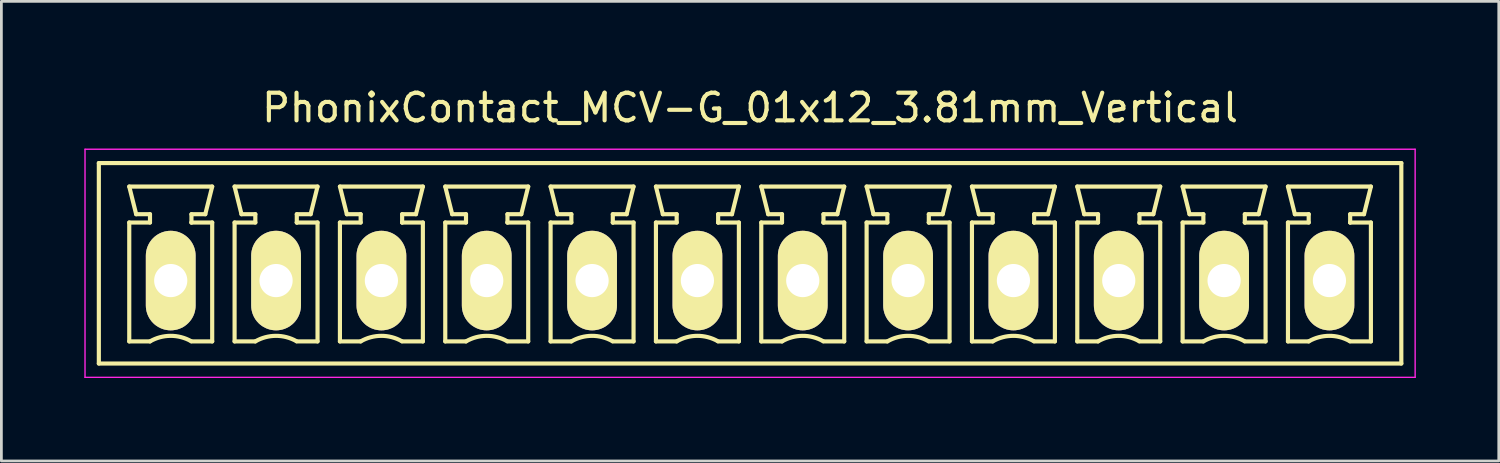
<source format=kicad_pcb>
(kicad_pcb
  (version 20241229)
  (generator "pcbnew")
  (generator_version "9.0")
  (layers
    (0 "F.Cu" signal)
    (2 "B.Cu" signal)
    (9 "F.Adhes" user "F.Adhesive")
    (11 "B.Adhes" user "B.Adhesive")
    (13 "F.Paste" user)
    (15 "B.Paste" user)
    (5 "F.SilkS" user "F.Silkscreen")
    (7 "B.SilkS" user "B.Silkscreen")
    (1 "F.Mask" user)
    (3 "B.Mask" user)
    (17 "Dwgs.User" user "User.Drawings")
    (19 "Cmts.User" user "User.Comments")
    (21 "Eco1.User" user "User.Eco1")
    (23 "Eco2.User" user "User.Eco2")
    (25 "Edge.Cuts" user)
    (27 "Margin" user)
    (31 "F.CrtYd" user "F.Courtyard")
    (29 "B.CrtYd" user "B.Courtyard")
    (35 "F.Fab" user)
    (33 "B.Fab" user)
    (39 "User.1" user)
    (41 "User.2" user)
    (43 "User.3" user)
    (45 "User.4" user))
  (footprint "PhonixContact_MCV-G_01x12_3.81mm_Vertical"
    (layer "F.Cu")
    (at 3.125 7.098)
    (property "Reference" "PhonixContact_MCV-G_01x12_3.81mm_Vertical" (at 20.955 -6.25 0) (layer "F.SilkS") (effects (font (size 1 1) (thickness 0.15))))
    (attr through_hole)
    (fp_line (start -2.6 -4.25) (end -2.6 3) (stroke (width 0.15) (type solid)) (layer "F.SilkS"))
    (fp_line (start -2.6 3) (end 44.51 3) (stroke (width 0.15) (type solid)) (layer "F.SilkS"))
    (fp_line (start -1.5 -3.4) (end 1.5 -3.4) (stroke (width 0.15) (type solid)) (layer "F.SilkS"))
    (fp_line (start -1.5 -2.1) (end -0.75 -2.1) (stroke (width 0.15) (type solid)) (layer "F.SilkS"))
    (fp_line (start -1.5 2.2) (end -1.5 -2.1) (stroke (width 0.15) (type solid)) (layer "F.SilkS"))
    (fp_line (start -1.25 -2.4) (end -1.5 -3.4) (stroke (width 0.15) (type solid)) (layer "F.SilkS"))
    (fp_line (start -0.75 -2.4) (end -1.25 -2.4) (stroke (width 0.15) (type solid)) (layer "F.SilkS"))
    (fp_line (start -0.75 -2.1) (end -0.75 -2.4) (stroke (width 0.15) (type solid)) (layer "F.SilkS"))
    (fp_line (start -0.75 2.2) (end -1.5 2.2) (stroke (width 0.15) (type solid)) (layer "F.SilkS"))
    (fp_line (start 0.75 -2.4) (end 0.75 -2.1) (stroke (width 0.15) (type solid)) (layer "F.SilkS"))
    (fp_line (start 0.75 -2.1) (end 0.75 -2.1) (stroke (width 0.15) (type solid)) (layer "F.SilkS"))
    (fp_line (start 0.75 -2.1) (end 1.5 -2.1) (stroke (width 0.15) (type solid)) (layer "F.SilkS"))
    (fp_line (start 1.25 -2.4) (end 0.75 -2.4) (stroke (width 0.15) (type solid)) (layer "F.SilkS"))
    (fp_line (start 1.5 -3.4) (end 1.25 -2.4) (stroke (width 0.15) (type solid)) (layer "F.SilkS"))
    (fp_line (start 1.5 -2.1) (end 1.5 2.2) (stroke (width 0.15) (type solid)) (layer "F.SilkS"))
    (fp_line (start 1.5 2.2) (end 0.75 2.2) (stroke (width 0.15) (type solid)) (layer "F.SilkS"))
    (fp_line (start 2.31 -3.4) (end 5.31 -3.4) (stroke (width 0.15) (type solid)) (layer "F.SilkS"))
    (fp_line (start 2.31 -2.1) (end 3.06 -2.1) (stroke (width 0.15) (type solid)) (layer "F.SilkS"))
    (fp_line (start 2.31 2.2) (end 2.31 -2.1) (stroke (width 0.15) (type solid)) (layer "F.SilkS"))
    (fp_line (start 2.56 -2.4) (end 2.31 -3.4) (stroke (width 0.15) (type solid)) (layer "F.SilkS"))
    (fp_line (start 3.06 -2.4) (end 2.56 -2.4) (stroke (width 0.15) (type solid)) (layer "F.SilkS"))
    (fp_line (start 3.06 -2.1) (end 3.06 -2.4) (stroke (width 0.15) (type solid)) (layer "F.SilkS"))
    (fp_line (start 3.06 2.2) (end 2.31 2.2) (stroke (width 0.15) (type solid)) (layer "F.SilkS"))
    (fp_line (start 4.56 -2.4) (end 4.56 -2.1) (stroke (width 0.15) (type solid)) (layer "F.SilkS"))
    (fp_line (start 4.56 -2.1) (end 4.56 -2.1) (stroke (width 0.15) (type solid)) (layer "F.SilkS"))
    (fp_line (start 4.56 -2.1) (end 5.31 -2.1) (stroke (width 0.15) (type solid)) (layer "F.SilkS"))
    (fp_line (start 5.06 -2.4) (end 4.56 -2.4) (stroke (width 0.15) (type solid)) (layer "F.SilkS"))
    (fp_line (start 5.31 -3.4) (end 5.06 -2.4) (stroke (width 0.15) (type solid)) (layer "F.SilkS"))
    (fp_line (start 5.31 -2.1) (end 5.31 2.2) (stroke (width 0.15) (type solid)) (layer "F.SilkS"))
    (fp_line (start 5.31 2.2) (end 4.56 2.2) (stroke (width 0.15) (type solid)) (layer "F.SilkS"))
    (fp_line (start 6.12 -3.4) (end 9.12 -3.4) (stroke (width 0.15) (type solid)) (layer "F.SilkS"))
    (fp_line (start 6.12 -2.1) (end 6.87 -2.1) (stroke (width 0.15) (type solid)) (layer "F.SilkS"))
    (fp_line (start 6.12 2.2) (end 6.12 -2.1) (stroke (width 0.15) (type solid)) (layer "F.SilkS"))
    (fp_line (start 6.37 -2.4) (end 6.12 -3.4) (stroke (width 0.15) (type solid)) (layer "F.SilkS"))
    (fp_line (start 6.87 -2.4) (end 6.37 -2.4) (stroke (width 0.15) (type solid)) (layer "F.SilkS"))
    (fp_line (start 6.87 -2.1) (end 6.87 -2.4) (stroke (width 0.15) (type solid)) (layer "F.SilkS"))
    (fp_line (start 6.87 2.2) (end 6.12 2.2) (stroke (width 0.15) (type solid)) (layer "F.SilkS"))
    (fp_line (start 8.37 -2.4) (end 8.37 -2.1) (stroke (width 0.15) (type solid)) (layer "F.SilkS"))
    (fp_line (start 8.37 -2.1) (end 8.37 -2.1) (stroke (width 0.15) (type solid)) (layer "F.SilkS"))
    (fp_line (start 8.37 -2.1) (end 9.12 -2.1) (stroke (width 0.15) (type solid)) (layer "F.SilkS"))
    (fp_line (start 8.87 -2.4) (end 8.37 -2.4) (stroke (width 0.15) (type solid)) (layer "F.SilkS"))
    (fp_line (start 9.12 -3.4) (end 8.87 -2.4) (stroke (width 0.15) (type solid)) (layer "F.SilkS"))
    (fp_line (start 9.12 -2.1) (end 9.12 2.2) (stroke (width 0.15) (type solid)) (layer "F.SilkS"))
    (fp_line (start 9.12 2.2) (end 8.37 2.2) (stroke (width 0.15) (type solid)) (layer "F.SilkS"))
    (fp_line (start 9.93 -3.4) (end 12.93 -3.4) (stroke (width 0.15) (type solid)) (layer "F.SilkS"))
    (fp_line (start 9.93 -2.1) (end 10.68 -2.1) (stroke (width 0.15) (type solid)) (layer "F.SilkS"))
    (fp_line (start 9.93 2.2) (end 9.93 -2.1) (stroke (width 0.15) (type solid)) (layer "F.SilkS"))
    (fp_line (start 10.18 -2.4) (end 9.93 -3.4) (stroke (width 0.15) (type solid)) (layer "F.SilkS"))
    (fp_line (start 10.68 -2.4) (end 10.18 -2.4) (stroke (width 0.15) (type solid)) (layer "F.SilkS"))
    (fp_line (start 10.68 -2.1) (end 10.68 -2.4) (stroke (width 0.15) (type solid)) (layer "F.SilkS"))
    (fp_line (start 10.68 2.2) (end 9.93 2.2) (stroke (width 0.15) (type solid)) (layer "F.SilkS"))
    (fp_line (start 12.18 -2.4) (end 12.18 -2.1) (stroke (width 0.15) (type solid)) (layer "F.SilkS"))
    (fp_line (start 12.18 -2.1) (end 12.18 -2.1) (stroke (width 0.15) (type solid)) (layer "F.SilkS"))
    (fp_line (start 12.18 -2.1) (end 12.93 -2.1) (stroke (width 0.15) (type solid)) (layer "F.SilkS"))
    (fp_line (start 12.68 -2.4) (end 12.18 -2.4) (stroke (width 0.15) (type solid)) (layer "F.SilkS"))
    (fp_line (start 12.93 -3.4) (end 12.68 -2.4) (stroke (width 0.15) (type solid)) (layer "F.SilkS"))
    (fp_line (start 12.93 -2.1) (end 12.93 2.2) (stroke (width 0.15) (type solid)) (layer "F.SilkS"))
    (fp_line (start 12.93 2.2) (end 12.18 2.2) (stroke (width 0.15) (type solid)) (layer "F.SilkS"))
    (fp_line (start 13.74 -3.4) (end 16.74 -3.4) (stroke (width 0.15) (type solid)) (layer "F.SilkS"))
    (fp_line (start 13.74 -2.1) (end 14.49 -2.1) (stroke (width 0.15) (type solid)) (layer "F.SilkS"))
    (fp_line (start 13.74 2.2) (end 13.74 -2.1) (stroke (width 0.15) (type solid)) (layer "F.SilkS"))
    (fp_line (start 13.99 -2.4) (end 13.74 -3.4) (stroke (width 0.15) (type solid)) (layer "F.SilkS"))
    (fp_line (start 14.49 -2.4) (end 13.99 -2.4) (stroke (width 0.15) (type solid)) (layer "F.SilkS"))
    (fp_line (start 14.49 -2.1) (end 14.49 -2.4) (stroke (width 0.15) (type solid)) (layer "F.SilkS"))
    (fp_line (start 14.49 2.2) (end 13.74 2.2) (stroke (width 0.15) (type solid)) (layer "F.SilkS"))
    (fp_line (start 15.99 -2.4) (end 15.99 -2.1) (stroke (width 0.15) (type solid)) (layer "F.SilkS"))
    (fp_line (start 15.99 -2.1) (end 15.99 -2.1) (stroke (width 0.15) (type solid)) (layer "F.SilkS"))
    (fp_line (start 15.99 -2.1) (end 16.74 -2.1) (stroke (width 0.15) (type solid)) (layer "F.SilkS"))
    (fp_line (start 16.49 -2.4) (end 15.99 -2.4) (stroke (width 0.15) (type solid)) (layer "F.SilkS"))
    (fp_line (start 16.74 -3.4) (end 16.49 -2.4) (stroke (width 0.15) (type solid)) (layer "F.SilkS"))
    (fp_line (start 16.74 -2.1) (end 16.74 2.2) (stroke (width 0.15) (type solid)) (layer "F.SilkS"))
    (fp_line (start 16.74 2.2) (end 15.99 2.2) (stroke (width 0.15) (type solid)) (layer "F.SilkS"))
    (fp_line (start 17.55 -3.4) (end 20.55 -3.4) (stroke (width 0.15) (type solid)) (layer "F.SilkS"))
    (fp_line (start 17.55 -2.1) (end 18.3 -2.1) (stroke (width 0.15) (type solid)) (layer "F.SilkS"))
    (fp_line (start 17.55 2.2) (end 17.55 -2.1) (stroke (width 0.15) (type solid)) (layer "F.SilkS"))
    (fp_line (start 17.8 -2.4) (end 17.55 -3.4) (stroke (width 0.15) (type solid)) (layer "F.SilkS"))
    (fp_line (start 18.3 -2.4) (end 17.8 -2.4) (stroke (width 0.15) (type solid)) (layer "F.SilkS"))
    (fp_line (start 18.3 -2.1) (end 18.3 -2.4) (stroke (width 0.15) (type solid)) (layer "F.SilkS"))
    (fp_line (start 18.3 2.2) (end 17.55 2.2) (stroke (width 0.15) (type solid)) (layer "F.SilkS"))
    (fp_line (start 19.8 -2.4) (end 19.8 -2.1) (stroke (width 0.15) (type solid)) (layer "F.SilkS"))
    (fp_line (start 19.8 -2.1) (end 19.8 -2.1) (stroke (width 0.15) (type solid)) (layer "F.SilkS"))
    (fp_line (start 19.8 -2.1) (end 20.55 -2.1) (stroke (width 0.15) (type solid)) (layer "F.SilkS"))
    (fp_line (start 20.3 -2.4) (end 19.8 -2.4) (stroke (width 0.15) (type solid)) (layer "F.SilkS"))
    (fp_line (start 20.55 -3.4) (end 20.3 -2.4) (stroke (width 0.15) (type solid)) (layer "F.SilkS"))
    (fp_line (start 20.55 -2.1) (end 20.55 2.2) (stroke (width 0.15) (type solid)) (layer "F.SilkS"))
    (fp_line (start 20.55 2.2) (end 19.8 2.2) (stroke (width 0.15) (type solid)) (layer "F.SilkS"))
    (fp_line (start 21.36 -3.4) (end 24.36 -3.4) (stroke (width 0.15) (type solid)) (layer "F.SilkS"))
    (fp_line (start 21.36 -2.1) (end 22.11 -2.1) (stroke (width 0.15) (type solid)) (layer "F.SilkS"))
    (fp_line (start 21.36 2.2) (end 21.36 -2.1) (stroke (width 0.15) (type solid)) (layer "F.SilkS"))
    (fp_line (start 21.61 -2.4) (end 21.36 -3.4) (stroke (width 0.15) (type solid)) (layer "F.SilkS"))
    (fp_line (start 22.11 -2.4) (end 21.61 -2.4) (stroke (width 0.15) (type solid)) (layer "F.SilkS"))
    (fp_line (start 22.11 -2.1) (end 22.11 -2.4) (stroke (width 0.15) (type solid)) (layer "F.SilkS"))
    (fp_line (start 22.11 2.2) (end 21.36 2.2) (stroke (width 0.15) (type solid)) (layer "F.SilkS"))
    (fp_line (start 23.61 -2.4) (end 23.61 -2.1) (stroke (width 0.15) (type solid)) (layer "F.SilkS"))
    (fp_line (start 23.61 -2.1) (end 23.61 -2.1) (stroke (width 0.15) (type solid)) (layer "F.SilkS"))
    (fp_line (start 23.61 -2.1) (end 24.36 -2.1) (stroke (width 0.15) (type solid)) (layer "F.SilkS"))
    (fp_line (start 24.11 -2.4) (end 23.61 -2.4) (stroke (width 0.15) (type solid)) (layer "F.SilkS"))
    (fp_line (start 24.36 -3.4) (end 24.11 -2.4) (stroke (width 0.15) (type solid)) (layer "F.SilkS"))
    (fp_line (start 24.36 -2.1) (end 24.36 2.2) (stroke (width 0.15) (type solid)) (layer "F.SilkS"))
    (fp_line (start 24.36 2.2) (end 23.61 2.2) (stroke (width 0.15) (type solid)) (layer "F.SilkS"))
    (fp_line (start 25.17 -3.4) (end 28.17 -3.4) (stroke (width 0.15) (type solid)) (layer "F.SilkS"))
    (fp_line (start 25.17 -2.1) (end 25.92 -2.1) (stroke (width 0.15) (type solid)) (layer "F.SilkS"))
    (fp_line (start 25.17 2.2) (end 25.17 -2.1) (stroke (width 0.15) (type solid)) (layer "F.SilkS"))
    (fp_line (start 25.42 -2.4) (end 25.17 -3.4) (stroke (width 0.15) (type solid)) (layer "F.SilkS"))
    (fp_line (start 25.92 -2.4) (end 25.42 -2.4) (stroke (width 0.15) (type solid)) (layer "F.SilkS"))
    (fp_line (start 25.92 -2.1) (end 25.92 -2.4) (stroke (width 0.15) (type solid)) (layer "F.SilkS"))
    (fp_line (start 25.92 2.2) (end 25.17 2.2) (stroke (width 0.15) (type solid)) (layer "F.SilkS"))
    (fp_line (start 27.42 -2.4) (end 27.42 -2.1) (stroke (width 0.15) (type solid)) (layer "F.SilkS"))
    (fp_line (start 27.42 -2.1) (end 27.42 -2.1) (stroke (width 0.15) (type solid)) (layer "F.SilkS"))
    (fp_line (start 27.42 -2.1) (end 28.17 -2.1) (stroke (width 0.15) (type solid)) (layer "F.SilkS"))
    (fp_line (start 27.92 -2.4) (end 27.42 -2.4) (stroke (width 0.15) (type solid)) (layer "F.SilkS"))
    (fp_line (start 28.17 -3.4) (end 27.92 -2.4) (stroke (width 0.15) (type solid)) (layer "F.SilkS"))
    (fp_line (start 28.17 -2.1) (end 28.17 2.2) (stroke (width 0.15) (type solid)) (layer "F.SilkS"))
    (fp_line (start 28.17 2.2) (end 27.42 2.2) (stroke (width 0.15) (type solid)) (layer "F.SilkS"))
    (fp_line (start 28.98 -3.4) (end 31.98 -3.4) (stroke (width 0.15) (type solid)) (layer "F.SilkS"))
    (fp_line (start 28.98 -2.1) (end 29.73 -2.1) (stroke (width 0.15) (type solid)) (layer "F.SilkS"))
    (fp_line (start 28.98 2.2) (end 28.98 -2.1) (stroke (width 0.15) (type solid)) (layer "F.SilkS"))
    (fp_line (start 29.23 -2.4) (end 28.98 -3.4) (stroke (width 0.15) (type solid)) (layer "F.SilkS"))
    (fp_line (start 29.73 -2.4) (end 29.23 -2.4) (stroke (width 0.15) (type solid)) (layer "F.SilkS"))
    (fp_line (start 29.73 -2.1) (end 29.73 -2.4) (stroke (width 0.15) (type solid)) (layer "F.SilkS"))
    (fp_line (start 29.73 2.2) (end 28.98 2.2) (stroke (width 0.15) (type solid)) (layer "F.SilkS"))
    (fp_line (start 31.23 -2.4) (end 31.23 -2.1) (stroke (width 0.15) (type solid)) (layer "F.SilkS"))
    (fp_line (start 31.23 -2.1) (end 31.23 -2.1) (stroke (width 0.15) (type solid)) (layer "F.SilkS"))
    (fp_line (start 31.23 -2.1) (end 31.98 -2.1) (stroke (width 0.15) (type solid)) (layer "F.SilkS"))
    (fp_line (start 31.73 -2.4) (end 31.23 -2.4) (stroke (width 0.15) (type solid)) (layer "F.SilkS"))
    (fp_line (start 31.98 -3.4) (end 31.73 -2.4) (stroke (width 0.15) (type solid)) (layer "F.SilkS"))
    (fp_line (start 31.98 -2.1) (end 31.98 2.2) (stroke (width 0.15) (type solid)) (layer "F.SilkS"))
    (fp_line (start 31.98 2.2) (end 31.23 2.2) (stroke (width 0.15) (type solid)) (layer "F.SilkS"))
    (fp_line (start 32.79 -3.4) (end 35.79 -3.4) (stroke (width 0.15) (type solid)) (layer "F.SilkS"))
    (fp_line (start 32.79 -2.1) (end 33.54 -2.1) (stroke (width 0.15) (type solid)) (layer "F.SilkS"))
    (fp_line (start 32.79 2.2) (end 32.79 -2.1) (stroke (width 0.15) (type solid)) (layer "F.SilkS"))
    (fp_line (start 33.04 -2.4) (end 32.79 -3.4) (stroke (width 0.15) (type solid)) (layer "F.SilkS"))
    (fp_line (start 33.54 -2.4) (end 33.04 -2.4) (stroke (width 0.15) (type solid)) (layer "F.SilkS"))
    (fp_line (start 33.54 -2.1) (end 33.54 -2.4) (stroke (width 0.15) (type solid)) (layer "F.SilkS"))
    (fp_line (start 33.54 2.2) (end 32.79 2.2) (stroke (width 0.15) (type solid)) (layer "F.SilkS"))
    (fp_line (start 35.04 -2.4) (end 35.04 -2.1) (stroke (width 0.15) (type solid)) (layer "F.SilkS"))
    (fp_line (start 35.04 -2.1) (end 35.04 -2.1) (stroke (width 0.15) (type solid)) (layer "F.SilkS"))
    (fp_line (start 35.04 -2.1) (end 35.79 -2.1) (stroke (width 0.15) (type solid)) (layer "F.SilkS"))
    (fp_line (start 35.54 -2.4) (end 35.04 -2.4) (stroke (width 0.15) (type solid)) (layer "F.SilkS"))
    (fp_line (start 35.79 -3.4) (end 35.54 -2.4) (stroke (width 0.15) (type solid)) (layer "F.SilkS"))
    (fp_line (start 35.79 -2.1) (end 35.79 2.2) (stroke (width 0.15) (type solid)) (layer "F.SilkS"))
    (fp_line (start 35.79 2.2) (end 35.04 2.2) (stroke (width 0.15) (type solid)) (layer "F.SilkS"))
    (fp_line (start 36.6 -3.4) (end 39.6 -3.4) (stroke (width 0.15) (type solid)) (layer "F.SilkS"))
    (fp_line (start 36.6 -2.1) (end 37.35 -2.1) (stroke (width 0.15) (type solid)) (layer "F.SilkS"))
    (fp_line (start 36.6 2.2) (end 36.6 -2.1) (stroke (width 0.15) (type solid)) (layer "F.SilkS"))
    (fp_line (start 36.85 -2.4) (end 36.6 -3.4) (stroke (width 0.15) (type solid)) (layer "F.SilkS"))
    (fp_line (start 37.35 -2.4) (end 36.85 -2.4) (stroke (width 0.15) (type solid)) (layer "F.SilkS"))
    (fp_line (start 37.35 -2.1) (end 37.35 -2.4) (stroke (width 0.15) (type solid)) (layer "F.SilkS"))
    (fp_line (start 37.35 2.2) (end 36.6 2.2) (stroke (width 0.15) (type solid)) (layer "F.SilkS"))
    (fp_line (start 38.85 -2.4) (end 38.85 -2.1) (stroke (width 0.15) (type solid)) (layer "F.SilkS"))
    (fp_line (start 38.85 -2.1) (end 38.85 -2.1) (stroke (width 0.15) (type solid)) (layer "F.SilkS"))
    (fp_line (start 38.85 -2.1) (end 39.6 -2.1) (stroke (width 0.15) (type solid)) (layer "F.SilkS"))
    (fp_line (start 39.35 -2.4) (end 38.85 -2.4) (stroke (width 0.15) (type solid)) (layer "F.SilkS"))
    (fp_line (start 39.6 -3.4) (end 39.35 -2.4) (stroke (width 0.15) (type solid)) (layer "F.SilkS"))
    (fp_line (start 39.6 -2.1) (end 39.6 2.2) (stroke (width 0.15) (type solid)) (layer "F.SilkS"))
    (fp_line (start 39.6 2.2) (end 38.85 2.2) (stroke (width 0.15) (type solid)) (layer "F.SilkS"))
    (fp_line (start 40.41 -3.4) (end 43.41 -3.4) (stroke (width 0.15) (type solid)) (layer "F.SilkS"))
    (fp_line (start 40.41 -2.1) (end 41.16 -2.1) (stroke (width 0.15) (type solid)) (layer "F.SilkS"))
    (fp_line (start 40.41 2.2) (end 40.41 -2.1) (stroke (width 0.15) (type solid)) (layer "F.SilkS"))
    (fp_line (start 40.66 -2.4) (end 40.41 -3.4) (stroke (width 0.15) (type solid)) (layer "F.SilkS"))
    (fp_line (start 41.16 -2.4) (end 40.66 -2.4) (stroke (width 0.15) (type solid)) (layer "F.SilkS"))
    (fp_line (start 41.16 -2.1) (end 41.16 -2.4) (stroke (width 0.15) (type solid)) (layer "F.SilkS"))
    (fp_line (start 41.16 2.2) (end 40.41 2.2) (stroke (width 0.15) (type solid)) (layer "F.SilkS"))
    (fp_line (start 42.66 -2.4) (end 42.66 -2.1) (stroke (width 0.15) (type solid)) (layer "F.SilkS"))
    (fp_line (start 42.66 -2.1) (end 42.66 -2.1) (stroke (width 0.15) (type solid)) (layer "F.SilkS"))
    (fp_line (start 42.66 -2.1) (end 43.41 -2.1) (stroke (width 0.15) (type solid)) (layer "F.SilkS"))
    (fp_line (start 43.16 -2.4) (end 42.66 -2.4) (stroke (width 0.15) (type solid)) (layer "F.SilkS"))
    (fp_line (start 43.41 -3.4) (end 43.16 -2.4) (stroke (width 0.15) (type solid)) (layer "F.SilkS"))
    (fp_line (start 43.41 -2.1) (end 43.41 2.2) (stroke (width 0.15) (type solid)) (layer "F.SilkS"))
    (fp_line (start 43.41 2.2) (end 42.66 2.2) (stroke (width 0.15) (type solid)) (layer "F.SilkS"))
    (fp_line (start 44.51 -4.25) (end -2.6 -4.25) (stroke (width 0.15) (type solid)) (layer "F.SilkS"))
    (fp_line (start 44.51 3) (end 44.51 -4.25) (stroke (width 0.15) (type solid)) (layer "F.SilkS"))
    (fp_arc (start -0.75 2.2) (mid -0.006068 1.999179) (end 0.739464 2.193978) (stroke (width 0.15) (type solid)) (layer "F.SilkS"))
    (fp_arc (start 3.06 2.2) (mid 3.803932 1.999179) (end 4.549464 2.193978) (stroke (width 0.15) (type solid)) (layer "F.SilkS"))
    (fp_arc (start 6.87 2.2) (mid 7.613932 1.999179) (end 8.359464 2.193978) (stroke (width 0.15) (type solid)) (layer "F.SilkS"))
    (fp_arc (start 10.68 2.2) (mid 11.423932 1.999179) (end 12.169464 2.193978) (stroke (width 0.15) (type solid)) (layer "F.SilkS"))
    (fp_arc (start 14.49 2.2) (mid 15.233932 1.999179) (end 15.979464 2.193978) (stroke (width 0.15) (type solid)) (layer "F.SilkS"))
    (fp_arc (start 18.3 2.2) (mid 19.043932 1.999179) (end 19.789464 2.193978) (stroke (width 0.15) (type solid)) (layer "F.SilkS"))
    (fp_arc (start 22.11 2.2) (mid 22.853932 1.999179) (end 23.599464 2.193978) (stroke (width 0.15) (type solid)) (layer "F.SilkS"))
    (fp_arc (start 25.92 2.2) (mid 26.663932 1.999179) (end 27.409464 2.193978) (stroke (width 0.15) (type solid)) (layer "F.SilkS"))
    (fp_arc (start 29.73 2.2) (mid 30.473932 1.999179) (end 31.219464 2.193978) (stroke (width 0.15) (type solid)) (layer "F.SilkS"))
    (fp_arc (start 33.54 2.2) (mid 34.283932 1.999179) (end 35.029464 2.193978) (stroke (width 0.15) (type solid)) (layer "F.SilkS"))
    (fp_arc (start 37.35 2.2) (mid 38.093932 1.999179) (end 38.839464 2.193978) (stroke (width 0.15) (type solid)) (layer "F.SilkS"))
    (fp_arc (start 41.16 2.2) (mid 41.903932 1.999179) (end 42.649464 2.193978) (stroke (width 0.15) (type solid)) (layer "F.SilkS"))
    (fp_line (start -3.1 -4.75) (end -3.1 3.5) (stroke (width 0.05) (type solid)) (layer "F.CrtYd"))
    (fp_line (start -3.1 3.5) (end 45.01 3.5) (stroke (width 0.05) (type solid)) (layer "F.CrtYd"))
    (fp_line (start 45.01 -4.75) (end -3.1 -4.75) (stroke (width 0.05) (type solid)) (layer "F.CrtYd"))
    (fp_line (start 45.01 3.5) (end 45.01 -4.75) (stroke (width 0.05) (type solid)) (layer "F.CrtYd"))
    (pad "1" thru_hole oval (at 0 0) (size 1.8 3.6) (drill 1.2) (layers "*.Cu" "*.Mask" "F.SilkS"))
    (pad "2" thru_hole oval (at 3.81 0) (size 1.8 3.6) (drill 1.2) (layers "*.Cu" "*.Mask" "F.SilkS"))
    (pad "3" thru_hole oval (at 7.62 0) (size 1.8 3.6) (drill 1.2) (layers "*.Cu" "*.Mask" "F.SilkS"))
    (pad "4" thru_hole oval (at 11.43 0) (size 1.8 3.6) (drill 1.2) (layers "*.Cu" "*.Mask" "F.SilkS"))
    (pad "5" thru_hole oval (at 15.24 0) (size 1.8 3.6) (drill 1.2) (layers "*.Cu" "*.Mask" "F.SilkS"))
    (pad "6" thru_hole oval (at 19.05 0) (size 1.8 3.6) (drill 1.2) (layers "*.Cu" "*.Mask" "F.SilkS"))
    (pad "7" thru_hole oval (at 22.86 0) (size 1.8 3.6) (drill 1.2) (layers "*.Cu" "*.Mask" "F.SilkS"))
    (pad "8" thru_hole oval (at 26.67 0) (size 1.8 3.6) (drill 1.2) (layers "*.Cu" "*.Mask" "F.SilkS"))
    (pad "9" thru_hole oval (at 30.48 0) (size 1.8 3.6) (drill 1.2) (layers "*.Cu" "*.Mask" "F.SilkS"))
    (pad "10" thru_hole oval (at 34.29 0) (size 1.8 3.6) (drill 1.2) (layers "*.Cu" "*.Mask" "F.SilkS"))
    (pad "11" thru_hole oval (at 38.1 0) (size 1.8 3.6) (drill 1.2) (layers "*.Cu" "*.Mask" "F.SilkS"))
    (pad "12" thru_hole oval (at 41.91 0) (size 1.8 3.6) (drill 1.2) (layers "*.Cu" "*.Mask" "F.SilkS")))
  (gr_rect
    (start -3 -3)
    (end 51.16 13.623)
    (stroke (width 0.1) (type default))
    (fill no)
    (layer "Edge.Cuts")))
</source>
